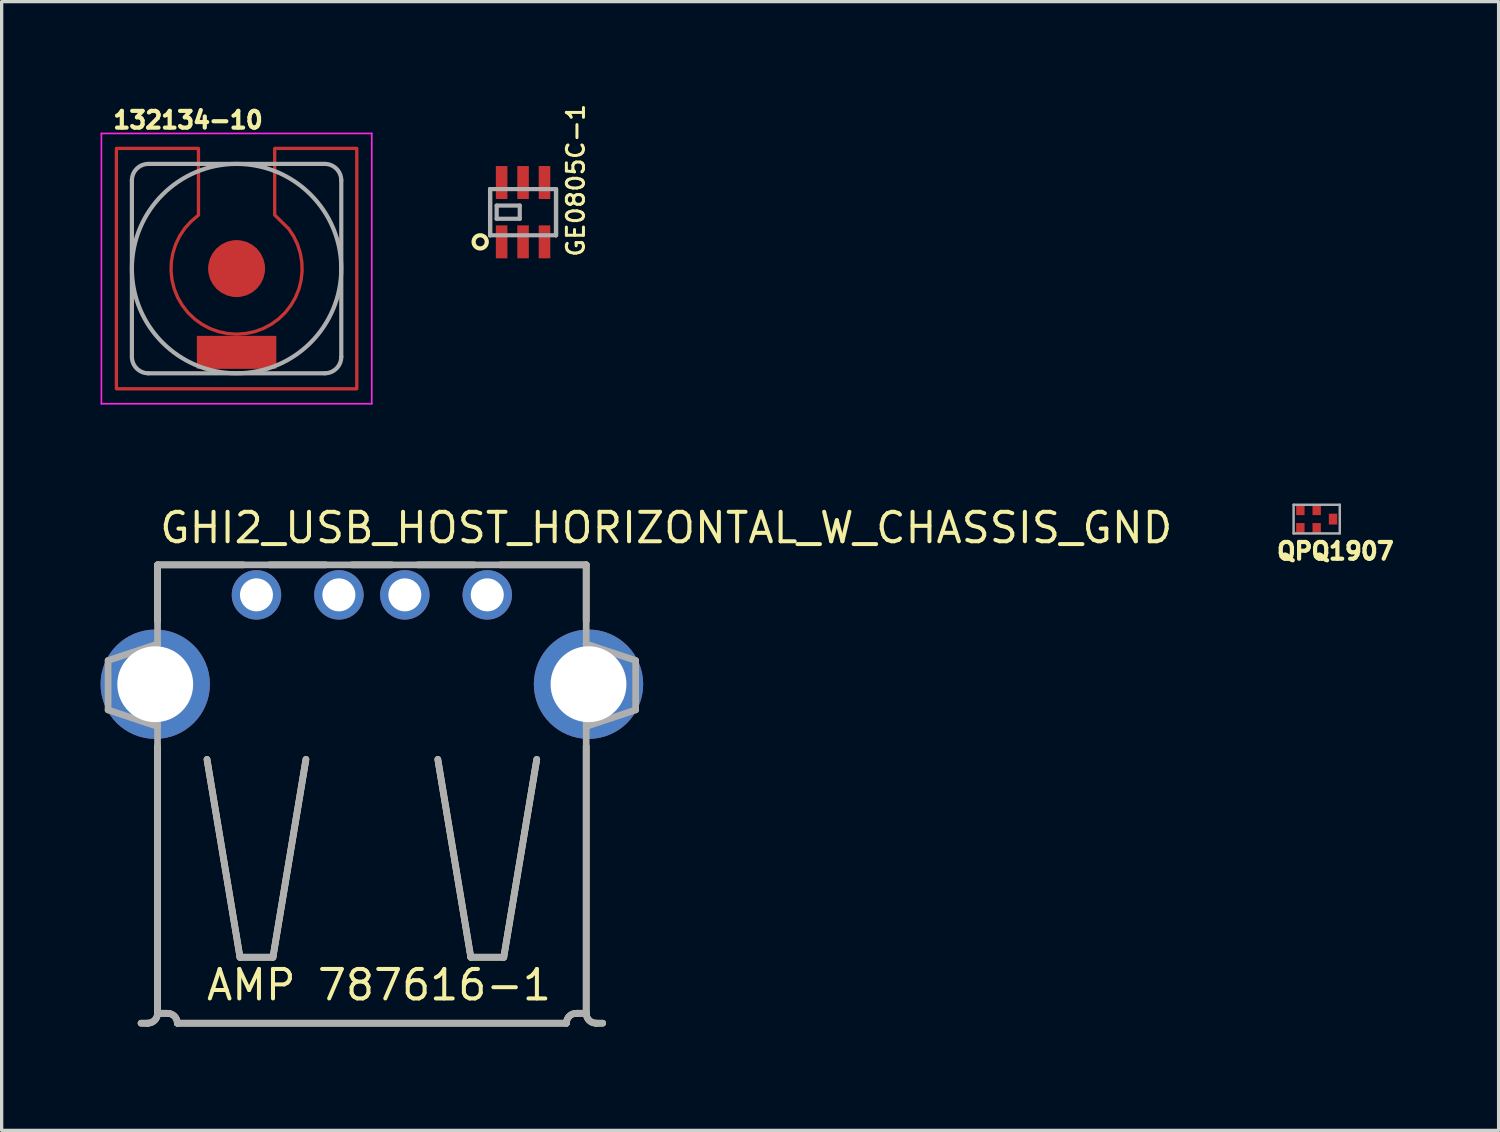
<source format=kicad_pcb>
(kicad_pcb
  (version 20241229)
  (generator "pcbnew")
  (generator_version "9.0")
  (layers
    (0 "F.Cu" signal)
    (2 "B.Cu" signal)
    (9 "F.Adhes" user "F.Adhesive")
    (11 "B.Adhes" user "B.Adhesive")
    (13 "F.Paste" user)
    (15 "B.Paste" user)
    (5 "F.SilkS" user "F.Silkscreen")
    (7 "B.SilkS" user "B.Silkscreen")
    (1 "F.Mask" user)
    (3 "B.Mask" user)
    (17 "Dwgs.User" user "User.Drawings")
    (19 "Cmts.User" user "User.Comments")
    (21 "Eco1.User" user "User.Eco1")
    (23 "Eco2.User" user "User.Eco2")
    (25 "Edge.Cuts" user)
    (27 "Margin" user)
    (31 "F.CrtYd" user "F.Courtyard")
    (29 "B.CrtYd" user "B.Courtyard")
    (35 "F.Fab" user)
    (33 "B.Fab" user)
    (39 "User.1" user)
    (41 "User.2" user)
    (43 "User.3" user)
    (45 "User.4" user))
  (footprint "GHI2_USB_HOST_HORIZONTAL_W_CHASSIS_GND"
    (layer "F.Cu")
    (at 8.228 27.981)
    (property "Reference" "GHI2_USB_HOST_HORIZONTAL_W_CHASSIS_GND" (at -6.5 -14.5 0) (layer "F.SilkS") (effects (font (size 0.894 0.894) (thickness 0.122)) (justify left bottom)))
    (fp_line (start -6.8 0) (end -7 0) (stroke (width 0.203) (type solid)) (layer "F.SilkS"))
    (fp_line (start -6.5 -13.9) (end -6.5 -12.2) (stroke (width 0.203) (type solid)) (layer "F.SilkS"))
    (fp_line (start -6.5 -8.4) (end -6.5 -0.3) (stroke (width 0.203) (type solid)) (layer "F.SilkS"))
    (fp_line (start -6.5 -0.3) (end -6.5 -0.3) (stroke (width 0.203) (type solid)) (layer "F.SilkS"))
    (fp_line (start -6.5 -0.3) (end -6.2 -0.3) (stroke (width 0.203) (type solid)) (layer "F.SilkS"))
    (fp_line (start -5.9 0) (end 5.9 0) (stroke (width 0.203) (type solid)) (layer "F.SilkS"))
    (fp_line (start -5 -8) (end -4 -2) (stroke (width 0.203) (type solid)) (layer "F.SilkS"))
    (fp_line (start -4 -2) (end -3 -2) (stroke (width 0.203) (type solid)) (layer "F.SilkS"))
    (fp_line (start -3.9 -13.9) (end -6.5 -13.9) (stroke (width 0.203) (type solid)) (layer "F.SilkS"))
    (fp_line (start -3 -2) (end -2 -8) (stroke (width 0.203) (type solid)) (layer "F.SilkS"))
    (fp_line (start -1.4 -13.9) (end -3.1 -13.9) (stroke (width 0.203) (type solid)) (layer "F.SilkS"))
    (fp_line (start 0.6 -13.9) (end -0.6 -13.9) (stroke (width 0.203) (type solid)) (layer "F.SilkS"))
    (fp_line (start 3 -2) (end 2 -8) (stroke (width 0.203) (type solid)) (layer "F.SilkS"))
    (fp_line (start 3.1 -13.9) (end 1.4 -13.9) (stroke (width 0.203) (type solid)) (layer "F.SilkS"))
    (fp_line (start 4 -2) (end 3 -2) (stroke (width 0.203) (type solid)) (layer "F.SilkS"))
    (fp_line (start 5 -8) (end 4 -2) (stroke (width 0.203) (type solid)) (layer "F.SilkS"))
    (fp_line (start 6.2 -0.3) (end 6.5 -0.3) (stroke (width 0.203) (type solid)) (layer "F.SilkS"))
    (fp_line (start 6.5 -13.9) (end 3.9 -13.9) (stroke (width 0.203) (type solid)) (layer "F.SilkS"))
    (fp_line (start 6.5 -12.2) (end 6.5 -13.9) (stroke (width 0.203) (type solid)) (layer "F.SilkS"))
    (fp_line (start 6.5 -0.3) (end 6.5 -8.4) (stroke (width 0.203) (type solid)) (layer "F.SilkS"))
    (fp_line (start 6.8 0) (end 7 0) (stroke (width 0.203) (type solid)) (layer "F.SilkS"))
    (fp_arc (start -6.4999 -0.3) (mid -6.587768 -0.087868) (end -6.7999 0) (stroke (width 0.2032) (type solid)) (layer "F.SilkS"))
    (fp_arc (start -6.2 -0.3) (mid -5.987868 -0.212132) (end -5.9 0) (stroke (width 0.2032) (type solid)) (layer "F.SilkS"))
    (fp_arc (start 5.9 0) (mid 5.987862 -0.212167) (end 6.199999 -0.300099) (stroke (width 0.2032) (type solid)) (layer "F.SilkS"))
    (fp_arc (start 6.8 0) (mid 6.587868 -0.087868) (end 6.5 -0.3) (stroke (width 0.2032) (type solid)) (layer "F.SilkS"))
    (fp_line (start -8 -11) (end -8 -9.5) (stroke (width 0.203) (type solid)) (layer "F.Fab"))
    (fp_line (start -8 -9.5) (end -6.5 -9) (stroke (width 0.203) (type solid)) (layer "F.Fab"))
    (fp_line (start -6.8 0) (end -7 0) (stroke (width 0.203) (type solid)) (layer "F.Fab"))
    (fp_line (start -6.5 -13.9) (end -6.5 -11.5) (stroke (width 0.203) (type solid)) (layer "F.Fab"))
    (fp_line (start -6.5 -11.5) (end -8 -11) (stroke (width 0.203) (type solid)) (layer "F.Fab"))
    (fp_line (start -6.5 -11.5) (end -6.5 -9) (stroke (width 0.203) (type solid)) (layer "F.Fab"))
    (fp_line (start -6.5 -9) (end -6.5 -0.3) (stroke (width 0.203) (type solid)) (layer "F.Fab"))
    (fp_line (start -6.5 -0.3) (end -6.5 -0.3) (stroke (width 0.203) (type solid)) (layer "F.Fab"))
    (fp_line (start -6.5 -0.3) (end -6.2 -0.3) (stroke (width 0.203) (type solid)) (layer "F.Fab"))
    (fp_line (start -5.9 0) (end 5.9 0) (stroke (width 0.203) (type solid)) (layer "F.Fab"))
    (fp_line (start -5 -8) (end -4 -2) (stroke (width 0.203) (type solid)) (layer "F.Fab"))
    (fp_line (start -4 -2) (end -3 -2) (stroke (width 0.203) (type solid)) (layer "F.Fab"))
    (fp_line (start -3 -2) (end -2 -8) (stroke (width 0.203) (type solid)) (layer "F.Fab"))
    (fp_line (start 3 -2) (end 2 -8) (stroke (width 0.203) (type solid)) (layer "F.Fab"))
    (fp_line (start 4 -2) (end 3 -2) (stroke (width 0.203) (type solid)) (layer "F.Fab"))
    (fp_line (start 5 -8) (end 4 -2) (stroke (width 0.203) (type solid)) (layer "F.Fab"))
    (fp_line (start 6.2 -0.3) (end 6.5 -0.3) (stroke (width 0.203) (type solid)) (layer "F.Fab"))
    (fp_line (start 6.5 -13.9) (end -6.5 -13.9) (stroke (width 0.203) (type solid)) (layer "F.Fab"))
    (fp_line (start 6.5 -11.5) (end 6.5 -13.9) (stroke (width 0.203) (type solid)) (layer "F.Fab"))
    (fp_line (start 6.5 -11.5) (end 8 -11) (stroke (width 0.203) (type solid)) (layer "F.Fab"))
    (fp_line (start 6.5 -9) (end 6.5 -11.5) (stroke (width 0.203) (type solid)) (layer "F.Fab"))
    (fp_line (start 6.5 -0.3) (end 6.5 -9) (stroke (width 0.203) (type solid)) (layer "F.Fab"))
    (fp_line (start 6.8 0) (end 7 0) (stroke (width 0.203) (type solid)) (layer "F.Fab"))
    (fp_line (start 8 -11) (end 8 -9.5) (stroke (width 0.203) (type solid)) (layer "F.Fab"))
    (fp_line (start 8 -9.5) (end 6.5 -9) (stroke (width 0.203) (type solid)) (layer "F.Fab"))
    (fp_arc (start -6.4999 -0.3) (mid -6.587768 -0.087868) (end -6.7999 0) (stroke (width 0.2032) (type solid)) (layer "F.Fab"))
    (fp_arc (start -6.2 -0.3) (mid -5.987868 -0.212132) (end -5.9 0) (stroke (width 0.2032) (type solid)) (layer "F.Fab"))
    (fp_arc (start 5.9 0) (mid 5.987862 -0.212167) (end 6.199999 -0.300099) (stroke (width 0.2032) (type solid)) (layer "F.Fab"))
    (fp_arc (start 6.8 0) (mid 6.587868 -0.087868) (end 6.5 -0.3) (stroke (width 0.2032) (type solid)) (layer "F.Fab"))
    (fp_text user "AMP 787616-1" (at -5.08 -0.635 0) (layer "F.SilkS") (effects (font (size 0.894 0.894) (thickness 0.122)) (justify left bottom)))
    (pad "1" thru_hole circle (at -3.5 -12.99) (size 1.5 1.5) (drill 1) (layers "*.Cu" "*.Mask"))
    (pad "2" thru_hole circle (at -1 -12.99) (size 1.5 1.5) (drill 1) (layers "*.Cu" "*.Mask"))
    (pad "3" thru_hole circle (at 1 -12.99) (size 1.5 1.5) (drill 1) (layers "*.Cu" "*.Mask"))
    (pad "4" thru_hole circle (at 3.5 -12.99) (size 1.5 1.5) (drill 1) (layers "*.Cu" "*.Mask"))
    (pad "5" thru_hole circle (at -6.57 -10.28) (size 3.316 3.316) (drill 2.3) (layers "*.Cu" "*.Mask"))
    (pad "6" thru_hole circle (at 6.57 -10.28) (size 3.316 3.316) (drill 2.3) (layers "*.Cu" "*.Mask")))
  (footprint "QPQ1907"
    (layer "F.Cu")
    (at 36.882 12.693)
    (property "Reference" "QPQ1907" (at -1.27 1.27 0) (layer "F.SilkS") (effects (font (size 0.508 0.508) (thickness 0.127)) (justify left bottom)))
    (fp_line (start -0.7 -0.435) (end 0.7 -0.435) (stroke (width 0.075) (type solid)) (layer "F.Fab"))
    (fp_line (start -0.7 0.435) (end -0.7 -0.435) (stroke (width 0.075) (type solid)) (layer "F.Fab"))
    (fp_line (start 0.7 -0.435) (end 0.7 0.435) (stroke (width 0.075) (type solid)) (layer "F.Fab"))
    (fp_line (start 0.7 0.435) (end -0.7 0.435) (stroke (width 0.075) (type solid)) (layer "F.Fab"))
    (pad "GND" smd roundrect (at -0.495 0.285) (size 0.254 0.33) (layers "F.Cu" "F.Mask" "F.Paste") (roundrect_rratio 0.02))
    (pad "GND2" smd roundrect (at 0 -0.285) (size 0.254 0.33) (layers "F.Cu" "F.Mask" "F.Paste") (roundrect_rratio 0.02))
    (pad "GND3" smd roundrect (at 0 0.285) (size 0.254 0.33) (layers "F.Cu" "F.Mask" "F.Paste") (roundrect_rratio 0.02))
    (pad "INPUT" smd roundrect (at 0.495 0) (size 0.254 0.33) (layers "F.Cu" "F.Mask" "F.Paste") (roundrect_rratio 0.02))
    (pad "OUTPUT" smd roundrect (at -0.495 -0.285) (size 0.254 0.33) (layers "F.Cu" "F.Mask" "F.Paste") (roundrect_rratio 0.02)))
  (footprint "132134-10"
    (layer "F.Cu")
    (at 4.125 5.096)
    (property "Reference" "132134-10" (at -3.806 -4.207 0) (layer "F.SilkS") (effects (font (size 0.508 0.508) (thickness 0.127)) (justify left bottom)))
    (fp_poly (pts (xy -1.156 -1.622) (xy -1.392 -1.42) (xy -1.576 -1.214) (xy -1.729 -0.983) (xy -1.848 -0.734) (xy -1.932 -0.47) (xy -1.979 -0.198) (xy -1.987 0.079) (xy -1.957 0.354) (xy -1.889 0.622) (xy -1.784 0.878) (xy -1.645 1.117) (xy -1.474 1.335) (xy -1.275 1.526) (xy -1.051 1.688) (xy -0.807 1.818) (xy -0.547 1.912) (xy -0.276 1.969) (xy 0 1.989) (xy 0.276 1.969) (xy 0.547 1.912) (xy 0.807 1.818) (xy 1.051 1.688) (xy 1.275 1.526) (xy 1.474 1.335) (xy 1.645 1.117) (xy 1.784 0.878) (xy 1.889 0.622) (xy 1.957 0.354) (xy 1.987 0.079) (xy 1.979 -0.198) (xy 1.932 -0.47) (xy 1.848 -0.734) (xy 1.729 -0.983) (xy 1.577 -1.212) (xy 1.156 -1.624) (xy 1.156 -3.645) (xy 3.645 -3.645) (xy 3.645 3.645) (xy -3.645 3.645) (xy -3.645 -3.645) (xy -1.156 -3.645)) (stroke (width 0.1) (type solid)) (fill no) (layer "F.Cu"))
    (fp_poly (pts (xy -3.429 -1.016) (xy 3.429 -1.016) (xy 3.429 -3.429) (xy -3.429 -3.429)) (stroke (width 0.1) (type solid)) (fill no) (layer "F.Mask"))
    (fp_poly (pts (xy -3.429 -0.762) (xy -0.635 -0.762) (xy -0.635 -1.143) (xy -3.429 -1.143)) (stroke (width 0.1) (type solid)) (fill no) (layer "F.Mask"))
    (fp_poly (pts (xy -3.429 3.429) (xy 3.429 3.429) (xy 3.429 -0.889) (xy -3.429 -0.889)) (stroke (width 0.1) (type solid)) (fill no) (layer "F.Mask"))
    (fp_poly (pts (xy 0.635 -0.762) (xy 3.429 -0.762) (xy 3.429 -1.143) (xy 0.635 -1.143)) (stroke (width 0.1) (type solid)) (fill no) (layer "F.Mask"))
    (fp_poly (pts (xy 0.635 -0.762) (xy 3.429 -0.762) (xy 3.429 -1.143) (xy 0.635 -1.143)) (stroke (width 0.1) (type solid)) (fill no) (layer "F.Mask"))
    (fp_poly (pts (xy -3.302 -1.448) (xy -1.448 -1.448) (xy -1.448 -3.302) (xy -3.302 -3.302)) (stroke (width 0.1) (type solid)) (fill no) (layer "F.Paste"))
    (fp_poly (pts (xy -3.302 3.302) (xy -1.448 3.302) (xy -1.448 1.448) (xy -3.302 1.448)) (stroke (width 0.1) (type solid)) (fill no) (layer "F.Paste"))
    (fp_poly (pts (xy 1.448 -1.448) (xy 3.302 -1.448) (xy 3.302 -3.302) (xy 1.448 -3.302)) (stroke (width 0.1) (type solid)) (fill no) (layer "F.Paste"))
    (fp_poly (pts (xy 1.448 3.302) (xy 3.302 3.302) (xy 3.302 1.448) (xy 1.448 1.448)) (stroke (width 0.1) (type solid)) (fill no) (layer "F.Paste"))
    (fp_line (start -4.1 -4.1) (end 4.1 -4.1) (stroke (width 0.05) (type solid)) (layer "F.CrtYd"))
    (fp_line (start -4.1 4.1) (end -4.1 -4.1) (stroke (width 0.05) (type solid)) (layer "F.CrtYd"))
    (fp_line (start 4.1 -4.1) (end 4.1 4.1) (stroke (width 0.05) (type solid)) (layer "F.CrtYd"))
    (fp_line (start 4.1 4.1) (end -4.1 4.1) (stroke (width 0.05) (type solid)) (layer "F.CrtYd"))
    (fp_line (start -3.175 2.675) (end -3.175 -2.675) (stroke (width 0.127) (type solid)) (layer "F.Fab"))
    (fp_line (start -2.675 -3.175) (end 2.675 -3.175) (stroke (width 0.127) (type solid)) (layer "F.Fab"))
    (fp_line (start 2.675 3.175) (end -2.675 3.175) (stroke (width 0.127) (type solid)) (layer "F.Fab"))
    (fp_line (start 3.175 -2.675) (end 3.175 2.675) (stroke (width 0.127) (type solid)) (layer "F.Fab"))
    (fp_arc (start -3.175 -2.675) (mid -3.028553 -3.028553) (end -2.675 -3.175) (stroke (width 0.127) (type solid)) (layer "F.Fab"))
    (fp_arc (start -2.675 3.175) (mid -3.028553 3.028553) (end -3.175 2.675) (stroke (width 0.127) (type solid)) (layer "F.Fab"))
    (fp_arc (start 2.675 -3.175) (mid 3.028553 -3.028553) (end 3.175 -2.675) (stroke (width 0.127) (type solid)) (layer "F.Fab"))
    (fp_arc (start 3.175 2.675) (mid 3.028553 3.028553) (end 2.675 3.175) (stroke (width 0.127) (type solid)) (layer "F.Fab"))
    (fp_circle (center 0 0) (end 3.175 0) (stroke (width 0.127) (type solid)) (fill no) (layer "F.Fab"))
    (pad "CENTER" smd roundrect (at 0 0) (size 1.73 1.73) (layers "F.Cu" "F.Paste") (roundrect_rratio 0.5))
    (pad "SHIELD" smd rect (at 0 2.54) (size 2.41 1) (layers "F.Cu")))
  (footprint "GE0805C-1"
    (layer "F.Cu")
    (at 12.813 3.385)
    (property "Reference" "GE0805C-1" (at 1.9 1.4 90) (layer "F.SilkS") (effects (font (size 0.518 0.518) (thickness 0.091)) (justify left bottom)))
    (fp_line (start -1 -0.7) (end -1 0.7) (stroke (width 0.127) (type solid)) (layer "F.SilkS"))
    (fp_line (start 1 -0.7) (end 1 0.7) (stroke (width 0.127) (type solid)) (layer "F.SilkS"))
    (fp_circle (center -1.3 0.9) (end -1.1 0.9) (stroke (width 0.127) (type solid)) (fill no) (layer "F.SilkS"))
    (fp_line (start -1 -0.7) (end -1 0.7) (stroke (width 0.127) (type solid)) (layer "F.Fab"))
    (fp_line (start -1 0.7) (end 1 0.7) (stroke (width 0.127) (type solid)) (layer "F.Fab"))
    (fp_line (start -0.8 -0.2) (end -0.8 0.2) (stroke (width 0.127) (type solid)) (layer "F.Fab"))
    (fp_line (start -0.8 0.2) (end -0.1 0.2) (stroke (width 0.127) (type solid)) (layer "F.Fab"))
    (fp_line (start -0.1 -0.2) (end -0.8 -0.2) (stroke (width 0.127) (type solid)) (layer "F.Fab"))
    (fp_line (start -0.1 0.2) (end -0.1 -0.2) (stroke (width 0.127) (type solid)) (layer "F.Fab"))
    (fp_line (start 1 -0.7) (end -1 -0.7) (stroke (width 0.127) (type solid)) (layer "F.Fab"))
    (fp_line (start 1 0.7) (end 1 -0.7) (stroke (width 0.127) (type solid)) (layer "F.Fab"))
    (pad "1" smd rect (at -0.65 0.9) (size 0.35 1) (layers "F.Cu" "F.Mask" "F.Paste"))
    (pad "2" smd rect (at 0 0.9) (size 0.35 1) (layers "F.Cu" "F.Mask" "F.Paste"))
    (pad "3" smd rect (at 0.65 0.9) (size 0.35 1) (layers "F.Cu" "F.Mask" "F.Paste"))
    (pad "4" smd rect (at 0.65 -0.9 180) (size 0.35 1) (layers "F.Cu" "F.Mask" "F.Paste"))
    (pad "5" smd rect (at 0 -0.9 180) (size 0.35 1) (layers "F.Cu" "F.Mask" "F.Paste"))
    (pad "6" smd rect (at -0.65 -0.9 180) (size 0.35 1) (layers "F.Cu" "F.Mask" "F.Paste")))
  (gr_rect
    (start -3 -3)
    (end 42.399 31.231)
    (stroke (width 0.1) (type default))
    (fill no)
    (layer "Edge.Cuts")))
</source>
